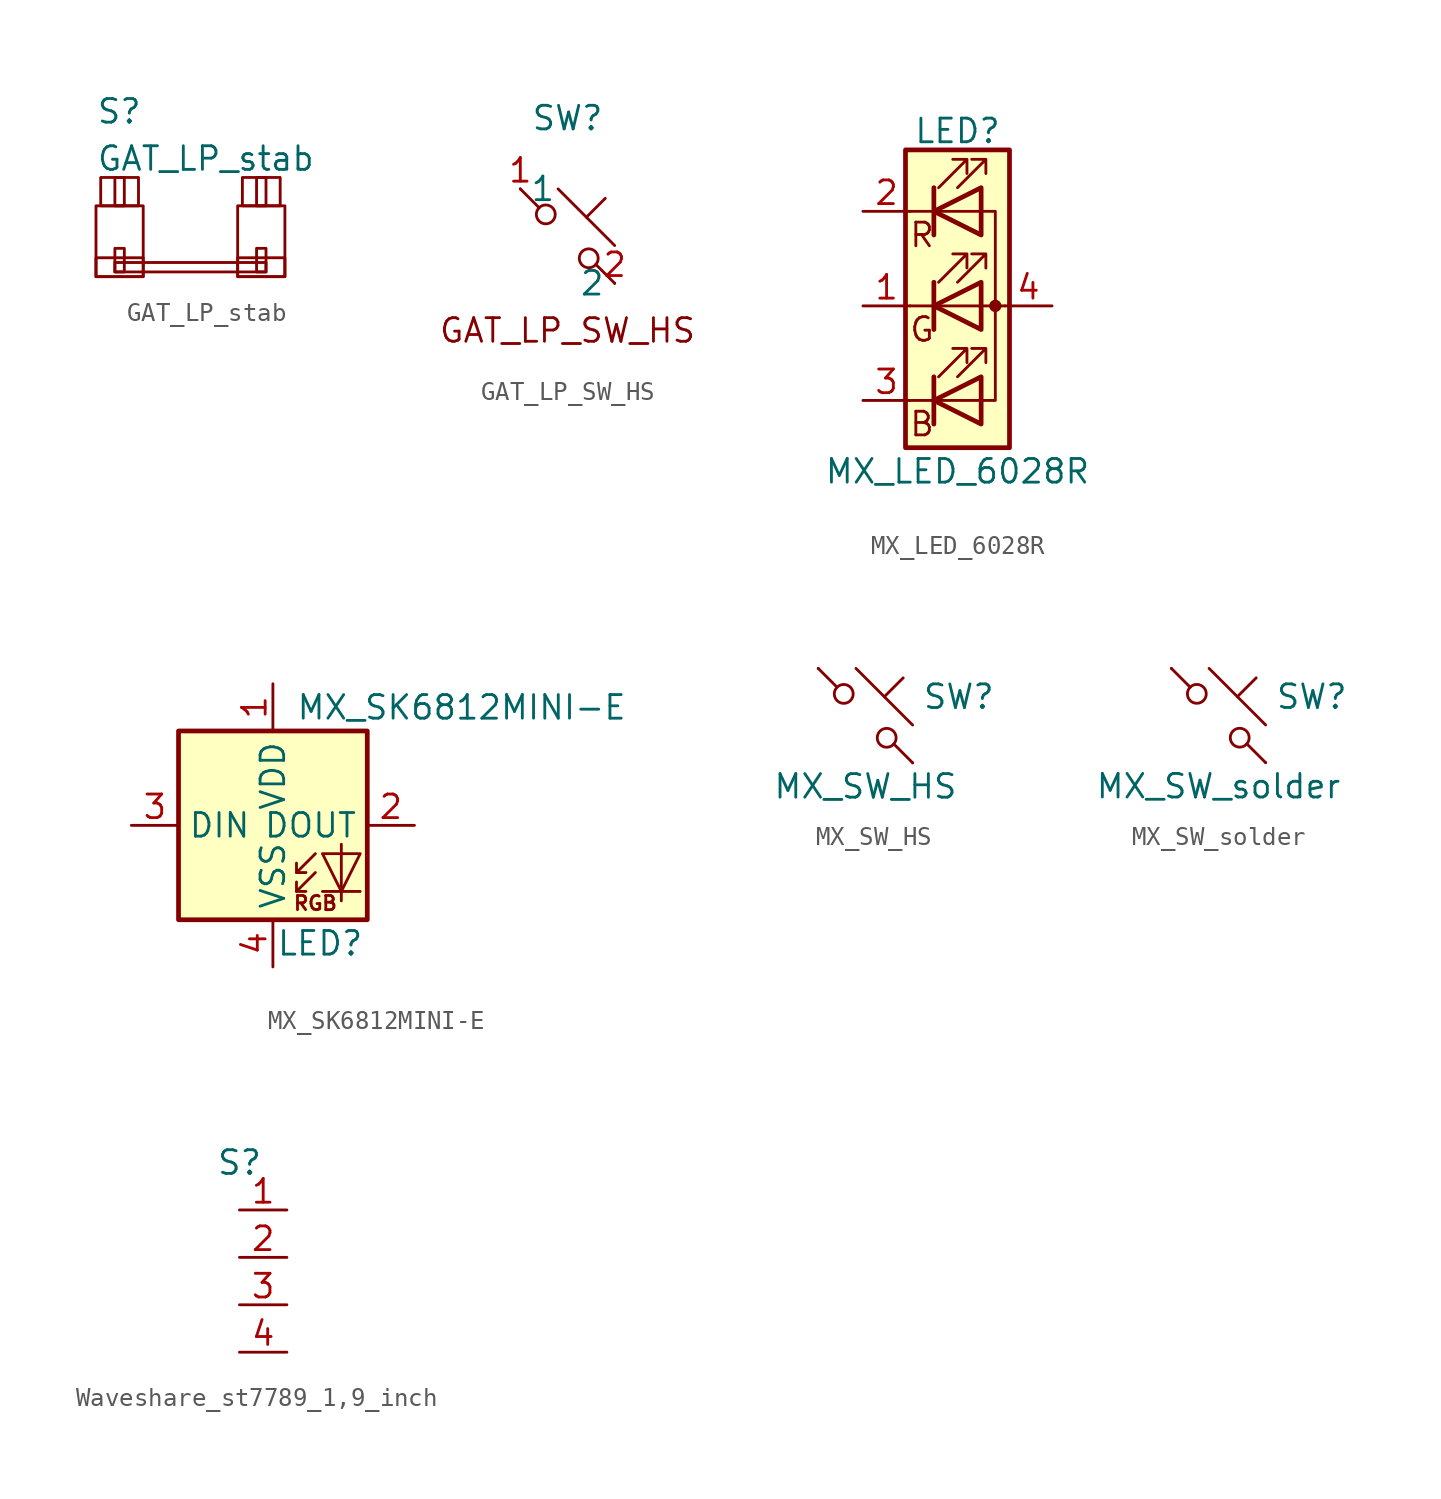
<source format=kicad_sym>
(kicad_symbol_lib
  (version 20220914)
  (generator kicad_symbol_editor)
  (symbol "GAT_LP_stab"
    (pin_names
      (offset 1.016))
    (property "Reference" "S"
      (at -5.08 6.35 0)
      (effects (font (size 1.27 1.27)) (justify left)))
    (property "Value" "GAT_LP_stab"
      (at -5.08 3.81 0)
      (effects (font (size 1.27 1.27)) (justify left)))
    (symbol "GAT_LP_stab_0_1"
      (rectangle (start -5.08 -1.524) (end -2.54 -2.54) (stroke (width 0) (type default)) (fill (type none)))
      (rectangle (start -5.08 1.27) (end -2.54 -2.54) (stroke (width 0) (type default)) (fill (type none)))
      (rectangle (start -4.826 2.794) (end -2.794 1.27) (stroke (width 0) (type default)) (fill (type none)))
      (rectangle (start -4.064 -2.286) (end -3.556 -1.016) (stroke (width 0) (type default)) (fill (type none)))
      (rectangle (start -4.064 -1.778) (end 4.064 -2.286) (stroke (width 0) (type default)) (fill (type none)))
      (rectangle (start -4.064 1.27) (end -3.556 2.794) (stroke (width 0) (type default)) (fill (type none)))
      (rectangle (start 2.54 -1.524) (end 5.08 -2.54) (stroke (width 0) (type default)) (fill (type none)))
      (rectangle (start 2.54 1.27) (end 5.08 -2.54) (stroke (width 0) (type default)) (fill (type none)))
      (rectangle (start 2.794 2.794) (end 4.826 1.27) (stroke (width 0) (type default)) (fill (type none)))
      (rectangle (start 3.556 1.27) (end 4.064 2.794) (stroke (width 0) (type default)) (fill (type none)))
      (rectangle (start 4.064 -2.286) (end 3.556 -1.016) (stroke (width 0) (type default)) (fill (type none)))))
  (symbol "GAT_LP_SW_HS"
    (property "Reference" "SW"
      (at 0 6.35 0)
      (effects (font (size 1.27 1.27))))
    (property "Value" ""
      (at 0 0 0)
      (effects (font (size 1.27 1.27))))
    (symbol "GAT_LP_SW_HS_0_1"
      (circle (center -1.168 1.168) (radius 0.508) (stroke (width 0) (type default)) (fill (type none)))
      (polyline (pts (xy -0.508 2.54) (xy 2.54 -0.508)) (stroke (width 0) (type default)) (fill (type none)))
      (polyline (pts (xy 1.016 1.016) (xy 2.032 2.032)) (stroke (width 0) (type default)) (fill (type none)))
      (polyline (pts (xy -2.54 2.54) (xy -1.524 1.524) (xy -1.524 1.524)) (stroke (width 0) (type default)) (fill (type none)))
      (polyline (pts (xy 1.524 -1.524) (xy 2.54 -2.54) (xy 2.54 -2.54) (xy 2.54 -2.54)) (stroke (width 0) (type default)) (fill (type none)))
      (circle (center 1.143 -1.194) (radius 0.508) (stroke (width 0) (type default)) (fill (type none)))
      (pin passive line (at -2.54 2.54 0) (length 0) (name "1" (effects (font (size 1.27 1.27)))) (number "1" (effects (font (size 1.27 1.27)))))
      (pin passive line (at 2.54 -2.54 180) (length 0) (name "2" (effects (font (size 1.27 1.27)))) (number "2" (effects (font (size 1.27 1.27))))))
    (symbol "GAT_LP_SW_HS_1_1"
      (text "GAT_LP_SW_HS" (at 0 -5.08 0) (effects (font (size 1.27 1.27))))))
  (symbol "MX_LED_6028R"
    (pin_names
      (offset 0) hide)
    (property "Reference" "LED"
      (at 0 9.398 0)
      (effects (font (size 1.27 1.27))))
    (property "Value" "MX_LED_6028R"
      (at 0 -8.89 0)
      (effects (font (size 1.27 1.27))))
    (symbol "MX_LED_6028R_0_0"
      (text "B" (at -1.905 -6.35 0) (effects (font (size 1.27 1.27))))
      (text "G" (at -1.905 -1.27 0) (effects (font (size 1.27 1.27))))
      (text "R" (at -1.905 3.81 0) (effects (font (size 1.27 1.27)))))
    (symbol "MX_LED_6028R_0_1"
      (polyline (pts (xy -1.27 -5.08) (xy -2.54 -5.08)) (stroke (width 0) (type default)) (fill (type none)))
      (polyline (pts (xy -1.27 -5.08) (xy 1.27 -5.08)) (stroke (width 0) (type default)) (fill (type none)))
      (polyline (pts (xy -1.27 -3.81) (xy -1.27 -6.35)) (stroke (width 0.254) (type default)) (fill (type none)))
      (polyline (pts (xy -1.27 0) (xy -2.54 0)) (stroke (width 0) (type default)) (fill (type none)))
      (polyline (pts (xy -1.27 1.27) (xy -1.27 -1.27)) (stroke (width 0.254) (type default)) (fill (type none)))
      (polyline (pts (xy -1.27 5.08) (xy -2.54 5.08)) (stroke (width 0) (type default)) (fill (type none)))
      (polyline (pts (xy -1.27 5.08) (xy 1.27 5.08)) (stroke (width 0) (type default)) (fill (type none)))
      (polyline (pts (xy -1.27 6.35) (xy -1.27 3.81)) (stroke (width 0.254) (type default)) (fill (type none)))
      (polyline (pts (xy 1.27 0) (xy -1.27 0)) (stroke (width 0) (type default)) (fill (type none)))
      (polyline (pts (xy 1.27 0) (xy 2.54 0)) (stroke (width 0) (type default)) (fill (type none)))
      (polyline (pts (xy -1.27 1.27) (xy -1.27 -1.27) (xy -1.27 -1.27)) (stroke (width 0) (type default)) (fill (type none)))
      (polyline (pts (xy -1.27 6.35) (xy -1.27 3.81) (xy -1.27 3.81)) (stroke (width 0) (type default)) (fill (type none)))
      (polyline (pts (xy 1.27 -5.08) (xy 2.032 -5.08) (xy 2.032 5.08) (xy 1.27 5.08)) (stroke (width 0) (type default)) (fill (type none)))
      (polyline (pts (xy 1.27 -3.81) (xy 1.27 -6.35) (xy -1.27 -5.08) (xy 1.27 -3.81)) (stroke (width 0.254) (type default)) (fill (type none)))
      (polyline (pts (xy 1.27 1.27) (xy 1.27 -1.27) (xy -1.27 0) (xy 1.27 1.27)) (stroke (width 0.254) (type default)) (fill (type none)))
      (polyline (pts (xy 1.27 6.35) (xy 1.27 3.81) (xy -1.27 5.08) (xy 1.27 6.35)) (stroke (width 0.254) (type default)) (fill (type none)))
      (polyline (pts (xy -1.016 -3.81) (xy 0.508 -2.286) (xy -0.254 -2.286) (xy 0.508 -2.286) (xy 0.508 -3.048)) (stroke (width 0) (type default)) (fill (type none)))
      (polyline (pts (xy -1.016 1.27) (xy 0.508 2.794) (xy -0.254 2.794) (xy 0.508 2.794) (xy 0.508 2.032)) (stroke (width 0) (type default)) (fill (type none)))
      (polyline (pts (xy -1.016 6.35) (xy 0.508 7.874) (xy -0.254 7.874) (xy 0.508 7.874) (xy 0.508 7.112)) (stroke (width 0) (type default)) (fill (type none)))
      (polyline (pts (xy 0 -3.81) (xy 1.524 -2.286) (xy 0.762 -2.286) (xy 1.524 -2.286) (xy 1.524 -3.048)) (stroke (width 0) (type default)) (fill (type none)))
      (polyline (pts (xy 0 1.27) (xy 1.524 2.794) (xy 0.762 2.794) (xy 1.524 2.794) (xy 1.524 2.032)) (stroke (width 0) (type default)) (fill (type none)))
      (polyline (pts (xy 0 6.35) (xy 1.524 7.874) (xy 0.762 7.874) (xy 1.524 7.874) (xy 1.524 7.112)) (stroke (width 0) (type default)) (fill (type none)))
      (rectangle (start 1.27 -1.27) (end 1.27 1.27) (stroke (width 0) (type default)) (fill (type none)))
      (rectangle (start 1.27 1.27) (end 1.27 1.27) (stroke (width 0) (type default)) (fill (type none)))
      (rectangle (start 1.27 3.81) (end 1.27 6.35) (stroke (width 0) (type default)) (fill (type none)))
      (rectangle (start 1.27 6.35) (end 1.27 6.35) (stroke (width 0) (type default)) (fill (type none)))
      (circle (center 2.032 0) (radius 0.254) (stroke (width 0) (type default)) (fill (type outline)))
      (rectangle (start 2.794 8.382) (end -2.794 -7.62) (stroke (width 0.254) (type default)) (fill (type background))))
    (symbol "MX_LED_6028R_1_1"
      (pin passive line (at -5.08 0 0) (length 2.54) (name "GK" (effects (font (size 1.27 1.27)))) (number "1" (effects (font (size 1.27 1.27)))))
      (pin passive line (at -5.08 5.08 0) (length 2.54) (name "RK" (effects (font (size 1.27 1.27)))) (number "2" (effects (font (size 1.27 1.27)))))
      (pin passive line (at -5.08 -5.08 0) (length 2.54) (name "BK" (effects (font (size 1.27 1.27)))) (number "3" (effects (font (size 1.27 1.27)))))
      (pin passive line (at 5.08 0 180) (length 2.54) (name "A" (effects (font (size 1.27 1.27)))) (number "4" (effects (font (size 1.27 1.27)))))))
  (symbol "MX_SK6812MINI-E"
    (property "Reference" "LED"
      (at 2.54 -6.35 0)
      (effects (font (size 1.27 1.27))))
    (property "Value" "MX_SK6812MINI-E"
      (at 10.16 6.35 0)
      (effects (font (size 1.27 1.27))))
    (symbol "MX_SK6812MINI-E_0_0"
      (text "RGB" (at 2.286 -4.191 0) (effects (font (size 0.762 0.762)))))
    (symbol "MX_SK6812MINI-E_0_1"
      (polyline (pts (xy 1.27 -3.556) (xy 1.778 -3.556)) (stroke (width 0) (type default)) (fill (type none)))
      (polyline (pts (xy 1.27 -2.54) (xy 1.778 -2.54)) (stroke (width 0) (type default)) (fill (type none)))
      (polyline (pts (xy 4.699 -3.556) (xy 2.667 -3.556)) (stroke (width 0) (type default)) (fill (type none)))
      (polyline (pts (xy 2.286 -2.54) (xy 1.27 -3.556) (xy 1.27 -3.048)) (stroke (width 0) (type default)) (fill (type none)))
      (polyline (pts (xy 2.286 -1.524) (xy 1.27 -2.54) (xy 1.27 -2.032)) (stroke (width 0) (type default)) (fill (type none)))
      (polyline (pts (xy 3.683 -1.016) (xy 3.683 -3.556) (xy 3.683 -4.064)) (stroke (width 0) (type default)) (fill (type none)))
      (polyline (pts (xy 4.699 -1.524) (xy 2.667 -1.524) (xy 3.683 -3.556) (xy 4.699 -1.524)) (stroke (width 0) (type default)) (fill (type none)))
      (rectangle (start 5.08 5.08) (end -5.08 -5.08) (stroke (width 0.254) (type default)) (fill (type background))))
    (symbol "MX_SK6812MINI-E_1_1"
      (pin power_in line (at 0 7.62 270) (length 2.54) (name "VDD" (effects (font (size 1.27 1.27)))) (number "1" (effects (font (size 1.27 1.27)))))
      (pin output line (at 7.62 0 180) (length 2.54) (name "DOUT" (effects (font (size 1.27 1.27)))) (number "2" (effects (font (size 1.27 1.27)))))
      (pin input line (at -7.62 0 0) (length 2.54) (name "DIN" (effects (font (size 1.27 1.27)))) (number "3" (effects (font (size 1.27 1.27)))))
      (pin power_in line (at 0 -7.62 90) (length 2.54) (name "VSS" (effects (font (size 1.27 1.27)))) (number "4" (effects (font (size 1.27 1.27)))))))
  (symbol "MX_SW_HS"
    (pin_numbers hide)
    (pin_names
      (offset 1.016) hide)
    (property "Reference" "SW"
      (at 3.048 1.016 0)
      (effects (font (size 1.27 1.27)) (justify left)))
    (property "Value" "MX_SW_HS"
      (at 0 -3.81 0)
      (effects (font (size 1.27 1.27))))
    (symbol "MX_SW_HS_0_1"
      (circle (center -1.168 1.168) (radius 0.508) (stroke (width 0) (type default)) (fill (type none)))
      (polyline (pts (xy -0.508 2.54) (xy 2.54 -0.508)) (stroke (width 0) (type default)) (fill (type none)))
      (polyline (pts (xy 1.016 1.016) (xy 2.032 2.032)) (stroke (width 0) (type default)) (fill (type none)))
      (polyline (pts (xy -2.54 2.54) (xy -1.524 1.524) (xy -1.524 1.524)) (stroke (width 0) (type default)) (fill (type none)))
      (polyline (pts (xy 1.524 -1.524) (xy 2.54 -2.54) (xy 2.54 -2.54) (xy 2.54 -2.54)) (stroke (width 0) (type default)) (fill (type none)))
      (circle (center 1.143 -1.194) (radius 0.508) (stroke (width 0) (type default)) (fill (type none)))
      (pin passive line (at -2.54 2.54 0) (length 0) (name "1" (effects (font (size 1.27 1.27)))) (number "1" (effects (font (size 1.27 1.27)))))
      (pin passive line (at 2.54 -2.54 180) (length 0) (name "2" (effects (font (size 1.27 1.27)))) (number "2" (effects (font (size 1.27 1.27)))))))
  (symbol "MX_SW_solder"
    (pin_numbers hide)
    (pin_names
      (offset 1.016) hide)
    (property "Reference" "SW"
      (at 3.048 1.016 0)
      (effects (font (size 1.27 1.27)) (justify left)))
    (property "Value" "MX_SW_solder"
      (at 0 -3.81 0)
      (effects (font (size 1.27 1.27))))
    (symbol "MX_SW_solder_0_1"
      (circle (center -1.168 1.168) (radius 0.508) (stroke (width 0) (type default)) (fill (type none)))
      (polyline (pts (xy -0.508 2.54) (xy 2.54 -0.508)) (stroke (width 0) (type default)) (fill (type none)))
      (polyline (pts (xy 1.016 1.016) (xy 2.032 2.032)) (stroke (width 0) (type default)) (fill (type none)))
      (polyline (pts (xy -2.54 2.54) (xy -1.524 1.524) (xy -1.524 1.524)) (stroke (width 0) (type default)) (fill (type none)))
      (polyline (pts (xy 1.524 -1.524) (xy 2.54 -2.54) (xy 2.54 -2.54) (xy 2.54 -2.54)) (stroke (width 0) (type default)) (fill (type none)))
      (circle (center 1.143 -1.194) (radius 0.508) (stroke (width 0) (type default)) (fill (type none)))
      (pin passive line (at -2.54 2.54 0) (length 0) (name "1" (effects (font (size 1.27 1.27)))) (number "1" (effects (font (size 1.27 1.27)))))
      (pin passive line (at 2.54 -2.54 180) (length 0) (name "2" (effects (font (size 1.27 1.27)))) (number "2" (effects (font (size 1.27 1.27)))))))
  (symbol "Waveshare_st7789_1,9_inch"
    (property "Reference" "S"
      (at 0 5.08 0)
      (effects (font (size 1.27 1.27))))
    (property "Value" ""
      (at 0 0 0)
      (effects (font (size 1.27 1.27))))
    (symbol "Waveshare_st7789_1,9_inch_1_1"
      (pin unspecified line (at 0 2.54 0) (length 2.54) (name "" (effects (font (size 1.27 1.27)))) (number "1" (effects (font (size 1.27 1.27)))))
      (pin unspecified line (at 0 0 0) (length 2.54) (name "" (effects (font (size 1.27 1.27)))) (number "2" (effects (font (size 1.27 1.27)))))
      (pin unspecified line (at 0 -2.54 0) (length 2.54) (name "" (effects (font (size 1.27 1.27)))) (number "3" (effects (font (size 1.27 1.27)))))
      (pin unspecified line (at 0 -5.08 0) (length 2.54) (name "" (effects (font (size 1.27 1.27)))) (number "4" (effects (font (size 1.27 1.27))))))))
</source>
